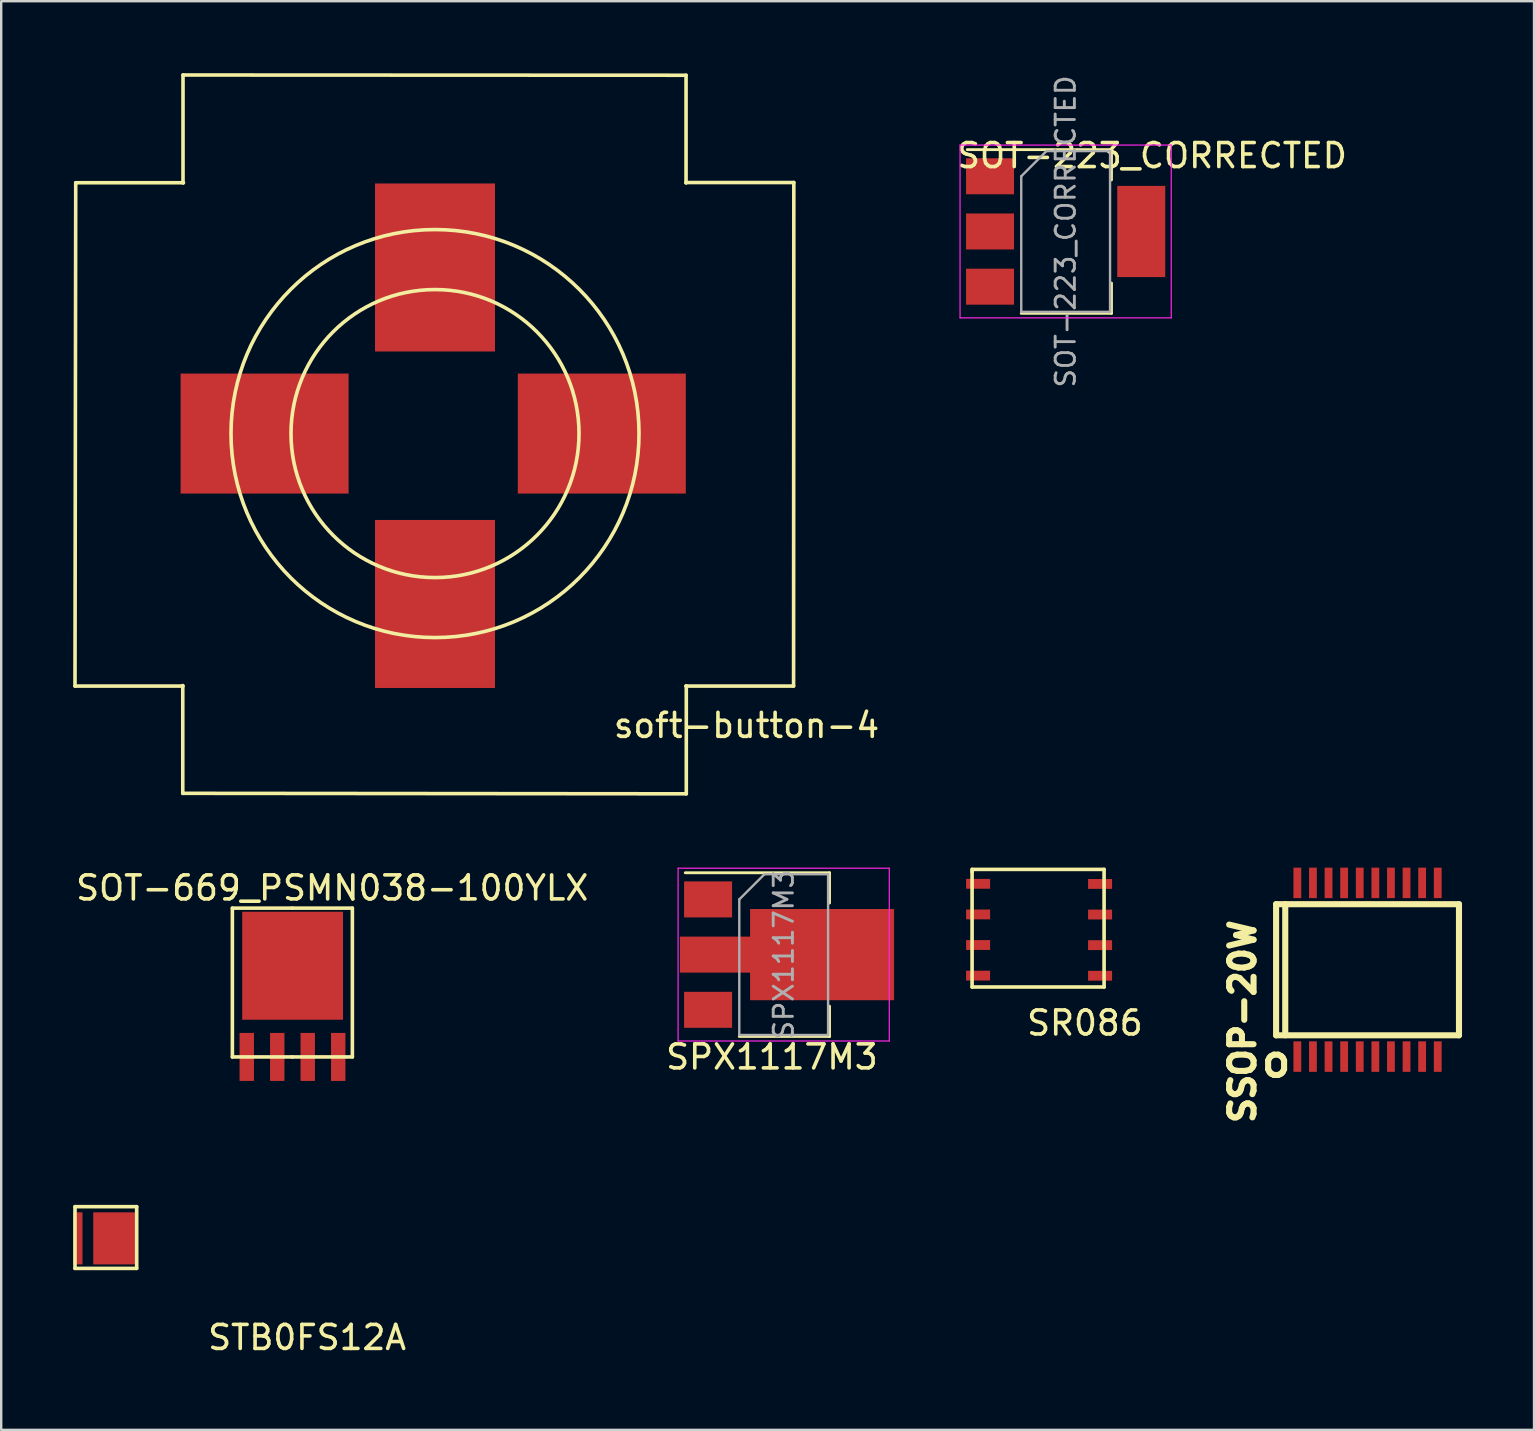
<source format=kicad_pcb>
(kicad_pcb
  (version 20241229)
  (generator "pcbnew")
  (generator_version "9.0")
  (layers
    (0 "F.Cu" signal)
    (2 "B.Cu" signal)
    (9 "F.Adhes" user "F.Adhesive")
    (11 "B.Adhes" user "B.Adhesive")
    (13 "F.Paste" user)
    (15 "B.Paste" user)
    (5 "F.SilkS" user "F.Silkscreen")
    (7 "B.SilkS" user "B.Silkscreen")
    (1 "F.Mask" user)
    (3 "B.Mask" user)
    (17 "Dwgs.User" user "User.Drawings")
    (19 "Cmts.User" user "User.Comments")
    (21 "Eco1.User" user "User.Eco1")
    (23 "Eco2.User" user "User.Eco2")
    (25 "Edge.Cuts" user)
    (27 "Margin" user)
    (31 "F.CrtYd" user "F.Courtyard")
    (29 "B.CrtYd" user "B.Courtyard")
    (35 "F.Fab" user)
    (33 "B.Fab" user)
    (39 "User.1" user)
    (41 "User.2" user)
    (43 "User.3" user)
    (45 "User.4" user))
  (footprint "soft-button-4"
    (layer "F.Cu")
    (at 15.075 15.015)
    (property "Reference" "soft-button-4" (at 12.98 12.16 0) (layer "F.SilkS") (effects (font (size 1 1) (thickness 0.15))))
    (attr through_hole)
    (fp_line (start -14.97 -10.45) (end -15 10.52) (stroke (width 0.15) (type solid)) (layer "F.SilkS"))
    (fp_line (start -10.51 10.5) (end -10.51 14.99) (stroke (width 0.15) (type solid)) (layer "F.SilkS"))
    (fp_line (start -10.5 -14.94) (end 10.46 -14.93) (stroke (width 0.15) (type solid)) (layer "F.SilkS"))
    (fp_line (start -10.5 -10.44) (end -10.5 -14.94) (stroke (width 0.15) (type solid)) (layer "F.SilkS"))
    (fp_line (start -10.5 10.52) (end -15 10.52) (stroke (width 0.15) (type solid)) (layer "F.SilkS"))
    (fp_line (start -10.48 -10.45) (end -14.97 -10.45) (stroke (width 0.15) (type solid)) (layer "F.SilkS"))
    (fp_line (start 10.45 -10.46) (end 14.95 -10.46) (stroke (width 0.15) (type solid)) (layer "F.SilkS"))
    (fp_line (start 10.45 10.52) (end 14.94 10.52) (stroke (width 0.15) (type solid)) (layer "F.SilkS"))
    (fp_line (start 10.46 -10.44) (end 10.46 -14.93) (stroke (width 0.15) (type solid)) (layer "F.SilkS"))
    (fp_line (start 10.47 10.51) (end 10.47 15.01) (stroke (width 0.15) (type solid)) (layer "F.SilkS"))
    (fp_line (start 10.47 15.01) (end -10.51 14.99) (stroke (width 0.15) (type solid)) (layer "F.SilkS"))
    (fp_line (start 14.94 10.52) (end 14.95 -10.46) (stroke (width 0.15) (type solid)) (layer "F.SilkS"))
    (fp_circle (center 0 0) (end 6 0) (stroke (width 0.15) (type solid)) (fill no) (layer "F.SilkS"))
    (fp_circle (center 0 0) (end 8.5 0) (stroke (width 0.15) (type solid)) (fill no) (layer "F.SilkS"))
    (pad "1" smd rect (at -7.1 0 90) (size 5 7) (layers "F.Cu" "F.Mask" "F.Paste"))
    (pad "2" smd rect (at 6.95 0 270) (size 5 7) (layers "F.Cu" "F.Mask" "F.Paste"))
    (pad "3" smd rect (at 0 -6.92) (size 5 7) (layers "F.Cu" "F.Mask" "F.Paste"))
    (pad "4" smd rect (at 0 7.1 180) (size 5 7) (layers "F.Cu" "F.Mask" "F.Paste")))
  (footprint "SR086"
    (layer "F.Cu")
    (at 40.153 35.275)
    (property "Reference" "SR086" (at 2 4.3 0) (layer "F.SilkS") (effects (font (size 1 1) (thickness 0.15))))
    (attr through_hole)
    (fp_line (start -2.7 -2.1) (end 2.8 -2.1) (stroke (width 0.15) (type solid)) (layer "F.SilkS"))
    (fp_line (start -2.7 -2) (end -2.7 -2.1) (stroke (width 0.15) (type solid)) (layer "F.SilkS"))
    (fp_line (start -2.7 2.8) (end -2.7 -2) (stroke (width 0.15) (type solid)) (layer "F.SilkS"))
    (fp_line (start 2.8 -2.1) (end 2.8 2.8) (stroke (width 0.15) (type solid)) (layer "F.SilkS"))
    (fp_line (start 2.8 2.8) (end -2.7 2.8) (stroke (width 0.15) (type solid)) (layer "F.SilkS"))
    (pad "1" smd rect (at -2.45 -1.5) (size 1 0.41) (layers "F.Cu" "F.Mask" "F.Paste"))
    (pad "2" smd rect (at -2.45 -0.225) (size 1 0.41) (layers "F.Cu" "F.Mask" "F.Paste"))
    (pad "3" smd rect (at -2.45 1.05) (size 1 0.41) (layers "F.Cu" "F.Mask" "F.Paste"))
    (pad "4" smd rect (at -2.45 2.325) (size 1 0.41) (layers "F.Cu" "F.Mask" "F.Paste"))
    (pad "5" smd rect (at 2.633 2.33 180) (size 1 0.41) (layers "F.Cu" "F.Mask" "F.Paste"))
    (pad "6" smd rect (at 2.633 1.055 180) (size 1 0.41) (layers "F.Cu" "F.Mask" "F.Paste"))
    (pad "7" smd rect (at 2.633 -0.22 180) (size 1 0.41) (layers "F.Cu" "F.Mask" "F.Paste"))
    (pad "8" smd rect (at 2.633 -1.495 180) (size 1 0.41) (layers "F.Cu" "F.Mask" "F.Paste")))
  (footprint "SOT-223_CORRECTED"
    (layer "F.Cu")
    (at 41.351 6.595)
    (property "Reference" "SOT-223_CORRECTED" (at 3.597 -3.16 0) (layer "F.SilkS") (effects (font (size 1 1) (thickness 0.15))))
    (attr smd)
    (fp_line (start -4.1 -3.41) (end 1.91 -3.41) (stroke (width 0.12) (type solid)) (layer "F.SilkS"))
    (fp_line (start -1.85 3.41) (end 1.91 3.41) (stroke (width 0.12) (type solid)) (layer "F.SilkS"))
    (fp_line (start 1.91 -3.41) (end 1.91 -2.15) (stroke (width 0.12) (type solid)) (layer "F.SilkS"))
    (fp_line (start 1.91 3.41) (end 1.91 2.15) (stroke (width 0.12) (type solid)) (layer "F.SilkS"))
    (fp_line (start -4.4 -3.6) (end -4.4 3.6) (stroke (width 0.05) (type solid)) (layer "F.CrtYd"))
    (fp_line (start -4.4 3.6) (end 4.4 3.6) (stroke (width 0.05) (type solid)) (layer "F.CrtYd"))
    (fp_line (start 4.4 -3.6) (end -4.4 -3.6) (stroke (width 0.05) (type solid)) (layer "F.CrtYd"))
    (fp_line (start 4.4 3.6) (end 4.4 -3.6) (stroke (width 0.05) (type solid)) (layer "F.CrtYd"))
    (fp_line (start -1.85 -2.3) (end -1.85 3.35) (stroke (width 0.1) (type solid)) (layer "F.Fab"))
    (fp_line (start -1.85 -2.3) (end -0.8 -3.35) (stroke (width 0.1) (type solid)) (layer "F.Fab"))
    (fp_line (start -1.85 3.35) (end 1.85 3.35) (stroke (width 0.1) (type solid)) (layer "F.Fab"))
    (fp_line (start -0.8 -3.35) (end 1.85 -3.35) (stroke (width 0.1) (type solid)) (layer "F.Fab"))
    (fp_line (start 1.85 -3.35) (end 1.85 3.35) (stroke (width 0.1) (type solid)) (layer "F.Fab"))
    (fp_text user "${REFERENCE}" (at 0 0 90) (layer "F.Fab") (effects (font (size 0.8 0.8) (thickness 0.12))))
    (pad "1" smd rect (at -3.15 -2.3) (size 2 1.5) (layers "F.Cu" "F.Mask" "F.Paste"))
    (pad "2" smd rect (at -3.15 0) (size 2 1.5) (layers "F.Cu" "F.Mask" "F.Paste"))
    (pad "3" smd rect (at -3.15 2.3) (size 2 1.5) (layers "F.Cu" "F.Mask" "F.Paste"))
    (pad "4" smd rect (at 3.15 0) (size 2 3.8) (layers "F.Cu" "F.Mask" "F.Paste")))
  (footprint "SOT-669_PSMN038-100YLX"
    (layer "F.Cu")
    (at 9.132 40.988)
    (property "Reference" "SOT-669_PSMN038-100YLX" (at 1.66 -7.04 180) (layer "F.SilkS") (effects (font (size 1 1) (thickness 0.15))))
    (attr smd)
    (fp_line (start -2.5 -6.2) (end -2.5 0) (stroke (width 0.15) (type solid)) (layer "F.SilkS"))
    (fp_line (start -2.5 0) (end 0 0) (stroke (width 0.15) (type solid)) (layer "F.SilkS"))
    (fp_line (start 0 -6.2) (end -2.5 -6.2) (stroke (width 0.15) (type solid)) (layer "F.SilkS"))
    (fp_line (start 0 0) (end 2.5 0) (stroke (width 0.15) (type solid)) (layer "F.SilkS"))
    (fp_line (start 2.5 -6.2) (end 0 -6.2) (stroke (width 0.15) (type solid)) (layer "F.SilkS"))
    (fp_line (start 2.5 0) (end 2.5 -6.2) (stroke (width 0.15) (type solid)) (layer "F.SilkS"))
    (pad "1" smd rect (at 1.91 0 270) (size 2 0.6) (layers "F.Cu" "F.Mask" "F.Paste"))
    (pad "2" smd rect (at -1.9 0 270) (size 2 0.6) (layers "F.Cu" "F.Mask" "F.Paste"))
    (pad "2" smd rect (at -0.63 0 270) (size 2 0.6) (layers "F.Cu" "F.Mask" "F.Paste"))
    (pad "2" smd rect (at 0.64 0 270) (size 2 0.6) (layers "F.Cu" "F.Mask" "F.Paste"))
    (pad "3" smd rect (at 0.01 -3.8 270) (size 4.5 4.2) (layers "F.Cu" "F.Mask" "F.Paste")))
  (footprint "SPX1117M3"
    (layer "F.Cu")
    (at 29.603 36.725)
    (property "Reference" "SPX1117M3" (at -0.49 4.265 0) (layer "F.SilkS") (effects (font (size 1 1) (thickness 0.15))))
    (attr smd)
    (fp_line (start -4.1 -3.41) (end 1.91 -3.41) (stroke (width 0.12) (type solid)) (layer "F.SilkS"))
    (fp_line (start -1.85 3.41) (end 1.91 3.41) (stroke (width 0.12) (type solid)) (layer "F.SilkS"))
    (fp_line (start 1.91 -3.41) (end 1.91 -2.15) (stroke (width 0.12) (type solid)) (layer "F.SilkS"))
    (fp_line (start 1.91 3.41) (end 1.91 2.15) (stroke (width 0.12) (type solid)) (layer "F.SilkS"))
    (fp_line (start -4.4 -3.6) (end -4.4 3.6) (stroke (width 0.05) (type solid)) (layer "F.CrtYd"))
    (fp_line (start -4.4 3.6) (end 4.4 3.6) (stroke (width 0.05) (type solid)) (layer "F.CrtYd"))
    (fp_line (start 4.4 -3.6) (end -4.4 -3.6) (stroke (width 0.05) (type solid)) (layer "F.CrtYd"))
    (fp_line (start 4.4 3.6) (end 4.4 -3.6) (stroke (width 0.05) (type solid)) (layer "F.CrtYd"))
    (fp_line (start -1.85 -2.3) (end -1.85 3.35) (stroke (width 0.1) (type solid)) (layer "F.Fab"))
    (fp_line (start -1.85 -2.3) (end -0.8 -3.35) (stroke (width 0.1) (type solid)) (layer "F.Fab"))
    (fp_line (start -1.85 3.35) (end 1.85 3.35) (stroke (width 0.1) (type solid)) (layer "F.Fab"))
    (fp_line (start -0.8 -3.35) (end 1.85 -3.35) (stroke (width 0.1) (type solid)) (layer "F.Fab"))
    (fp_line (start 1.85 -3.35) (end 1.85 3.35) (stroke (width 0.1) (type solid)) (layer "F.Fab"))
    (fp_text user "${REFERENCE}" (at 0 0 90) (layer "F.Fab") (effects (font (size 0.8 0.8) (thickness 0.12))))
    (pad "1" smd rect (at -3.15 -2.3) (size 2 1.5) (layers "F.Cu" "F.Mask" "F.Paste"))
    (pad "2" smd rect (at -2.82 0) (size 3 1.5) (layers "F.Cu" "F.Mask" "F.Paste"))
    (pad "2" smd rect (at 1.6 0) (size 6 3.8) (layers "F.Cu" "F.Mask" "F.Paste"))
    (pad "3" smd rect (at -3.15 2.3) (size 2 1.5) (layers "F.Cu" "F.Mask" "F.Paste")))
  (footprint "STB0FS12A"
    (layer "F.Cu")
    (at 2.645 47.228)
    (property "Reference" "STB0FS12A" (at 7.1 5.45 0) (layer "F.SilkS") (effects (font (size 1 1) (thickness 0.15))))
    (attr through_hole)
    (fp_line (start -2.57 0) (end 0 0) (stroke (width 0.15) (type solid)) (layer "F.SilkS"))
    (fp_line (start -2.57 2.57) (end -2.57 0) (stroke (width 0.15) (type solid)) (layer "F.SilkS"))
    (fp_line (start 0 0) (end 0 2.57) (stroke (width 0.15) (type solid)) (layer "F.SilkS"))
    (fp_line (start 0 2.57) (end -2.57 2.57) (stroke (width 0.15) (type solid)) (layer "F.SilkS"))
    (pad "1" smd rect (at -2.45 1.32) (size 0.385 2.17) (layers "F.Cu" "F.Mask" "F.Paste"))
    (pad "2" smd rect (at -0.94 1.32) (size 1.74 2.17) (layers "F.Cu" "F.Mask" "F.Paste")))
  (footprint "SSOP-20W"
    (layer "F.Cu")
    (at 53.93 37.355)
    (property "Reference" "SSOP-20W" (at -5.207 2.159 90) (layer "F.SilkS") (effects (font (size 1.016 1.016) (thickness 0.254))))
    (attr smd)
    (fp_line (start -3.81 2.731) (end -3.81 -2.731) (stroke (width 0.254) (type solid)) (layer "F.SilkS"))
    (fp_line (start -3.81 2.731) (end 3.81 2.731) (stroke (width 0.254) (type solid)) (layer "F.SilkS"))
    (fp_line (start -3.429 -2.731) (end -3.429 2.731) (stroke (width 0.254) (type solid)) (layer "F.SilkS"))
    (fp_line (start 3.81 -2.731) (end -3.81 -2.731) (stroke (width 0.254) (type solid)) (layer "F.SilkS"))
    (fp_line (start 3.81 -2.731) (end 3.81 2.731) (stroke (width 0.254) (type solid)) (layer "F.SilkS"))
    (fp_text user "o" (at -3.81 3.81 0) (layer "F.SilkS") (effects (font (size 1.27 1.27) (thickness 0.254))))
    (pad "1" smd rect (at -2.925 3.619) (size 0.325 1.27) (layers "F.Cu" "F.Mask" "F.Paste"))
    (pad "2" smd rect (at -2.275 3.619) (size 0.325 1.27) (layers "F.Cu" "F.Mask" "F.Paste"))
    (pad "3" smd rect (at -1.625 3.619) (size 0.325 1.27) (layers "F.Cu" "F.Mask" "F.Paste"))
    (pad "4" smd rect (at -0.975 3.619) (size 0.325 1.27) (layers "F.Cu" "F.Mask" "F.Paste"))
    (pad "5" smd rect (at -0.325 3.619) (size 0.325 1.27) (layers "F.Cu" "F.Mask" "F.Paste"))
    (pad "6" smd rect (at 0.325 3.619) (size 0.325 1.27) (layers "F.Cu" "F.Mask" "F.Paste"))
    (pad "7" smd rect (at 0.975 3.619) (size 0.325 1.27) (layers "F.Cu" "F.Mask" "F.Paste"))
    (pad "8" smd rect (at 1.625 3.619) (size 0.325 1.27) (layers "F.Cu" "F.Mask" "F.Paste"))
    (pad "9" smd rect (at 2.275 3.619) (size 0.325 1.27) (layers "F.Cu" "F.Mask" "F.Paste"))
    (pad "10" smd rect (at 2.925 3.619) (size 0.325 1.27) (layers "F.Cu" "F.Mask" "F.Paste"))
    (pad "11" smd rect (at 2.925 -3.619) (size 0.325 1.27) (layers "F.Cu" "F.Mask" "F.Paste"))
    (pad "12" smd rect (at 2.275 -3.619) (size 0.325 1.27) (layers "F.Cu" "F.Mask" "F.Paste"))
    (pad "13" smd rect (at 1.625 -3.619) (size 0.325 1.27) (layers "F.Cu" "F.Mask" "F.Paste"))
    (pad "14" smd rect (at 0.975 -3.619) (size 0.325 1.27) (layers "F.Cu" "F.Mask" "F.Paste"))
    (pad "15" smd rect (at 0.325 -3.619) (size 0.325 1.27) (layers "F.Cu" "F.Mask" "F.Paste"))
    (pad "16" smd rect (at -0.325 -3.619) (size 0.325 1.27) (layers "F.Cu" "F.Mask" "F.Paste"))
    (pad "17" smd rect (at -0.975 -3.619) (size 0.325 1.27) (layers "F.Cu" "F.Mask" "F.Paste"))
    (pad "18" smd rect (at -1.625 -3.619) (size 0.325 1.27) (layers "F.Cu" "F.Mask" "F.Paste"))
    (pad "19" smd rect (at -2.275 -3.619) (size 0.325 1.27) (layers "F.Cu" "F.Mask" "F.Paste"))
    (pad "20" smd rect (at -2.925 -3.619) (size 0.325 1.27) (layers "F.Cu" "F.Mask" "F.Paste")))
  (gr_rect
    (start -3 -3)
    (end 60.867 56.526)
    (stroke (width 0.1) (type default))
    (fill no)
    (layer "Edge.Cuts")))
</source>
